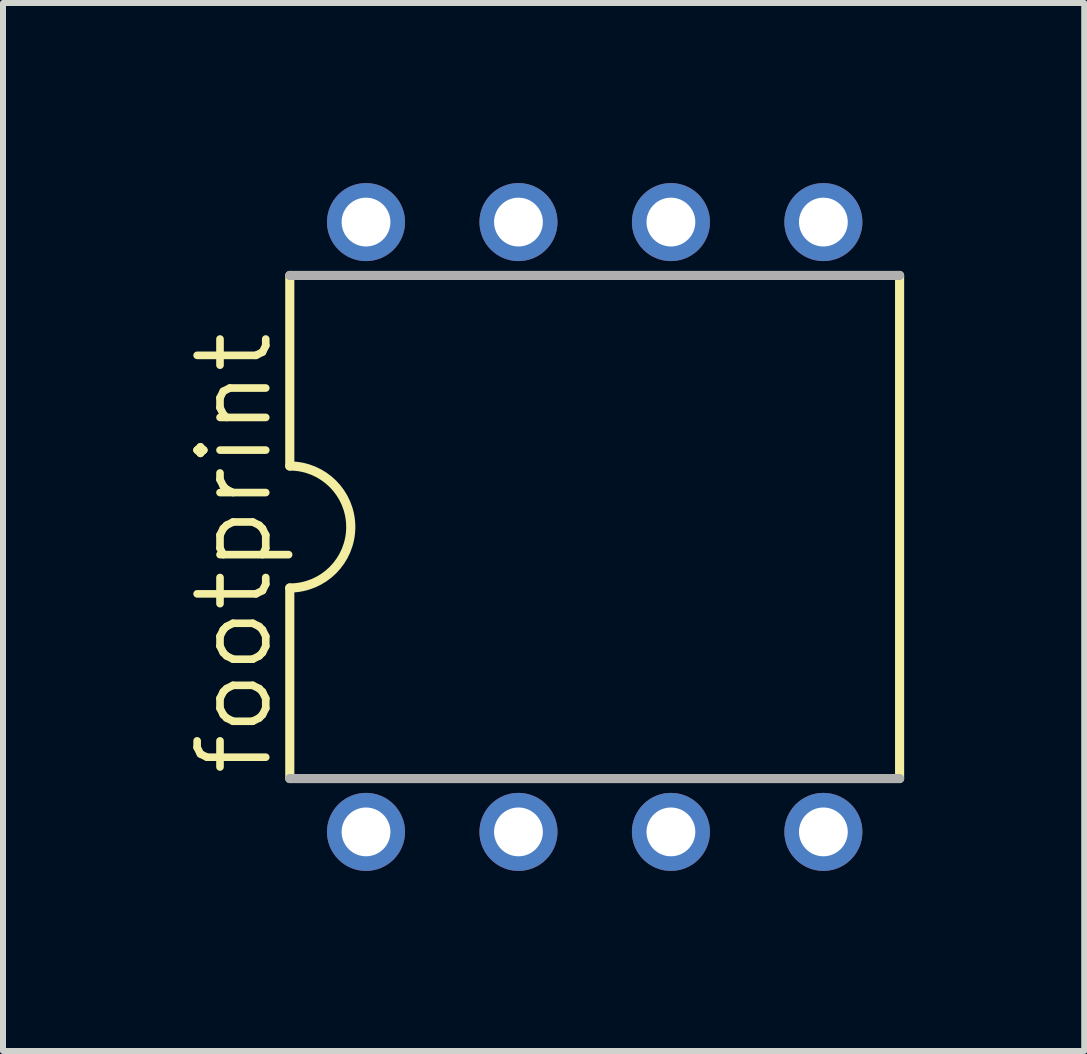
<source format=kicad_pcb>
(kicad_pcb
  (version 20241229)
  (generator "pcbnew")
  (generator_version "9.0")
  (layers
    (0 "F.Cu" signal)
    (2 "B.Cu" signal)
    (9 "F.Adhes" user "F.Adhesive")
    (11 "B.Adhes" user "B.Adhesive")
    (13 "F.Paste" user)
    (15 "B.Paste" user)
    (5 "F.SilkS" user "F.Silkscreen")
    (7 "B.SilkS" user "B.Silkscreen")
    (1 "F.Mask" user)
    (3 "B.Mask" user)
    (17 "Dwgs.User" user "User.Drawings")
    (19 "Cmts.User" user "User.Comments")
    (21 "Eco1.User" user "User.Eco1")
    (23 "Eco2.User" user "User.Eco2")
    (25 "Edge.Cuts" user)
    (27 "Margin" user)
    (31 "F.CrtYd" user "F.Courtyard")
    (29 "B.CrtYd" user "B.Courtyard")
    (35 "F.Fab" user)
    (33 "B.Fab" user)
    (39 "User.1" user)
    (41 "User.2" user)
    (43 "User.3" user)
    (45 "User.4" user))
  (footprint "footprint"
    (layer "F.Cu")
    (at 6.858 5.73)
    (property "Reference" "footprint" (at -5.334 4.191 90) (layer "F.SilkS") (effects (font (size 1.143 1.143) (thickness 0.127)) (justify left bottom)))
    (fp_line (start -5.08 -4.191) (end -5.08 -1.016) (stroke (width 0.152) (type solid)) (layer "F.SilkS"))
    (fp_line (start -5.08 4.191) (end -5.08 1.016) (stroke (width 0.152) (type solid)) (layer "F.SilkS"))
    (fp_line (start 5.08 -4.191) (end 5.08 4.191) (stroke (width 0.152) (type solid)) (layer "F.SilkS"))
    (fp_arc (start -5.08 -1.016) (mid -4.064 0) (end -5.08 1.016) (stroke (width 0.1524) (type solid)) (layer "F.SilkS"))
    (fp_line (start -5.08 4.191) (end 5.08 4.191) (stroke (width 0.152) (type solid)) (layer "F.Fab"))
    (fp_line (start 5.08 -4.191) (end -5.08 -4.191) (stroke (width 0.152) (type solid)) (layer "F.Fab"))
    (pad "1" thru_hole circle (at -3.81 5.08 90) (size 1.3 1.3) (drill 0.813) (layers "*.Cu" "*.Mask"))
    (pad "2" thru_hole circle (at -1.27 5.08 90) (size 1.3 1.3) (drill 0.813) (layers "*.Cu" "*.Mask"))
    (pad "3" thru_hole circle (at 1.27 5.08 90) (size 1.3 1.3) (drill 0.813) (layers "*.Cu" "*.Mask"))
    (pad "4" thru_hole circle (at 3.81 5.08 90) (size 1.3 1.3) (drill 0.813) (layers "*.Cu" "*.Mask"))
    (pad "5" thru_hole circle (at 3.81 -5.08 90) (size 1.3 1.3) (drill 0.813) (layers "*.Cu" "*.Mask"))
    (pad "6" thru_hole circle (at 1.27 -5.08 90) (size 1.3 1.3) (drill 0.813) (layers "*.Cu" "*.Mask"))
    (pad "7" thru_hole circle (at -1.27 -5.08 90) (size 1.3 1.3) (drill 0.813) (layers "*.Cu" "*.Mask"))
    (pad "8" thru_hole circle (at -3.81 -5.08 90) (size 1.3 1.3) (drill 0.813) (layers "*.Cu" "*.Mask")))
  (gr_rect
    (start -3 -3)
    (end 15.014 14.46)
    (stroke (width 0.1) (type default))
    (fill no)
    (layer "Edge.Cuts")))
</source>
